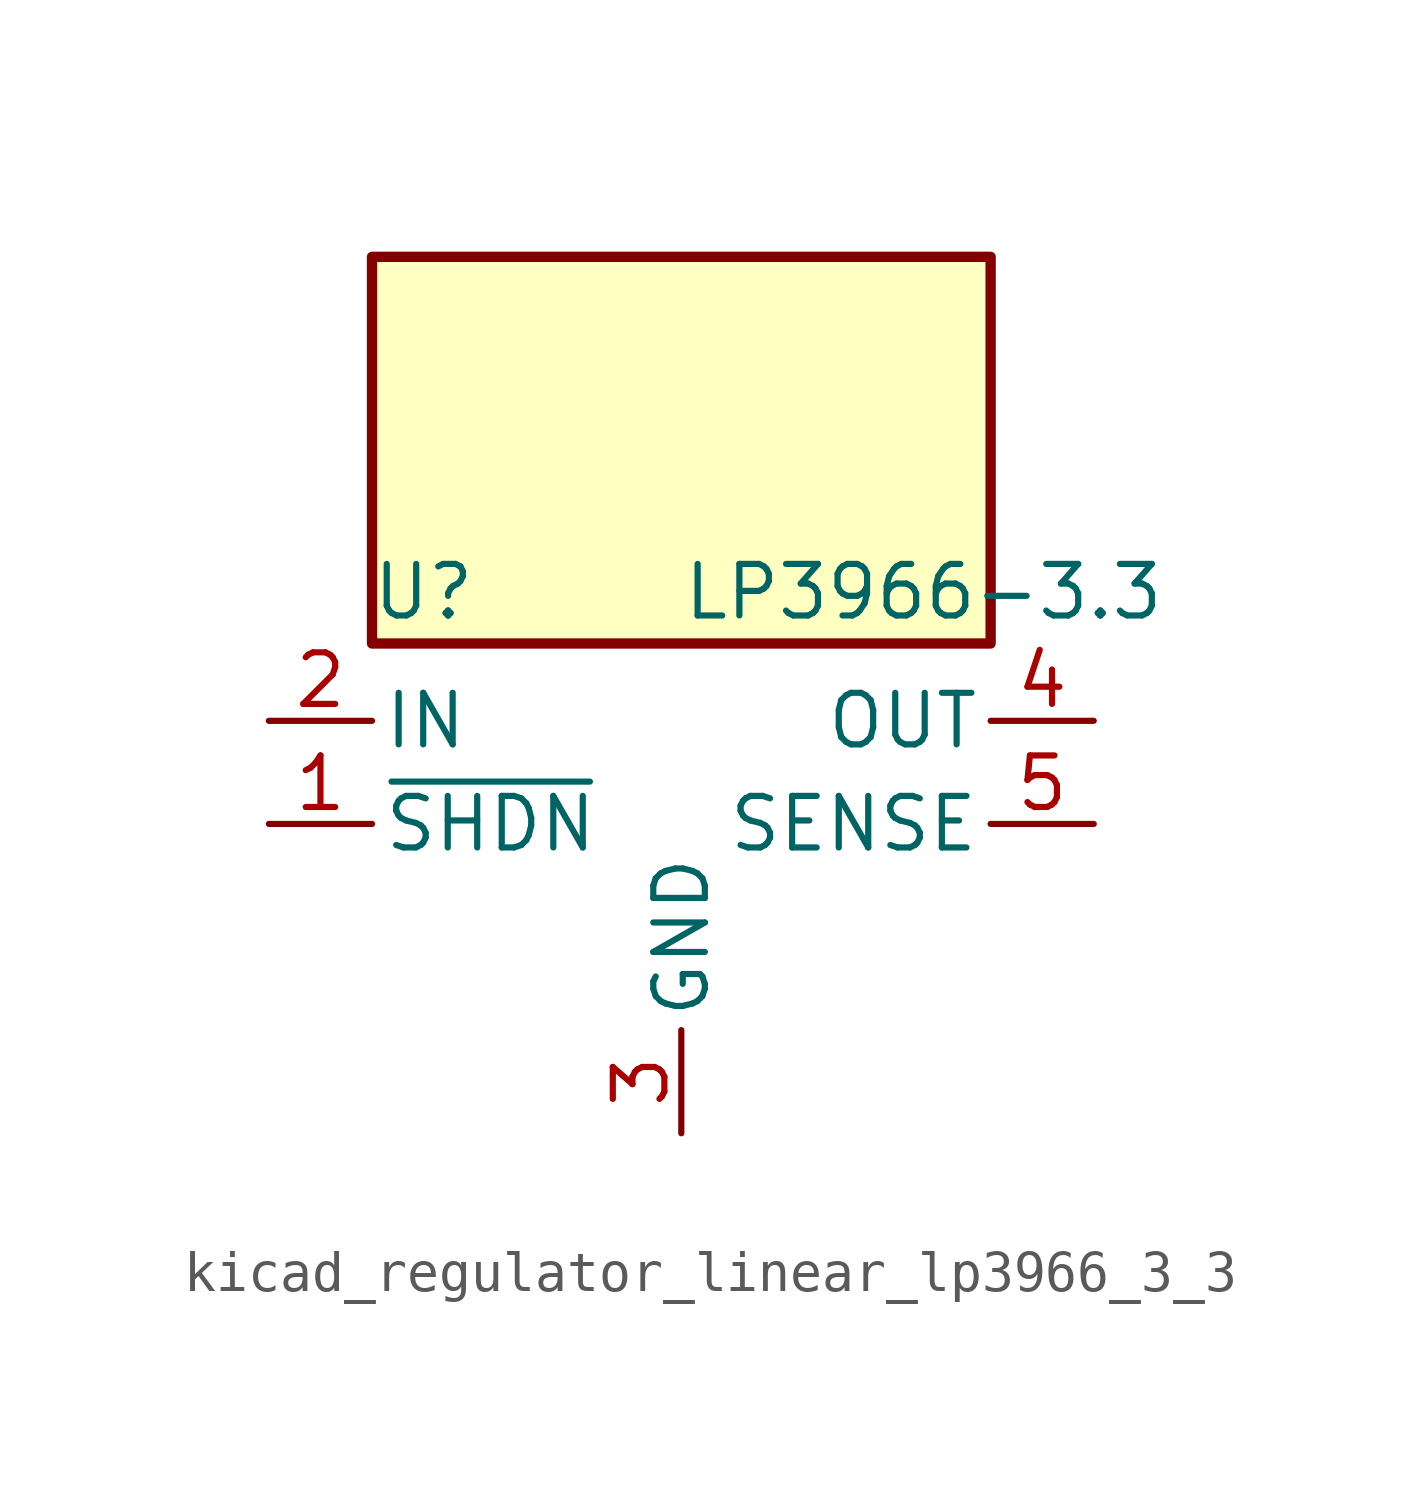
<source format=kicad_sym>
(kicad_symbol_lib
  (version 20220914)
  (generator kicad_symbol_editor)
  (symbol "kicad_regulator_linear_lp3966_3_3"
    (pin_names
      (offset 0.254))
    (property "Reference" "U"
      (at -6.35 5.715 0)
      (effects (font (size 1.27 1.27))))
    (property "Value" "LP3966-3.3"
      (at 0 5.715 0)
      (effects (font (size 1.27 1.27)) (justify left)))
    (symbol "kicad_regulator_linear_lp3966_3_3_0_1"
      (rectangle (start 7.62 13.97) (end -7.62 4.445) (stroke (width 0.254) (type default)) (fill (type background))))
    (symbol "kicad_regulator_linear_lp3966_3_3_1_1"
      (pin input line (at -10.16 0 0) (length 2.54) (name "~{SHDN}" (effects (font (size 1.27 1.27)))) (number "1" (effects (font (size 1.27 1.27)))))
      (pin power_in line (at -10.16 2.54 0) (length 2.54) (name "IN" (effects (font (size 1.27 1.27)))) (number "2" (effects (font (size 1.27 1.27)))))
      (pin power_in line (at 0 -7.62 90) (length 2.54) (name "GND" (effects (font (size 1.27 1.27)))) (number "3" (effects (font (size 1.27 1.27)))))
      (pin power_out line (at 10.16 2.54 180) (length 2.54) (name "OUT" (effects (font (size 1.27 1.27)))) (number "4" (effects (font (size 1.27 1.27)))))
      (pin input line (at 10.16 0 180) (length 2.54) (name "SENSE" (effects (font (size 1.27 1.27)))) (number "5" (effects (font (size 1.27 1.27))))))))
</source>
